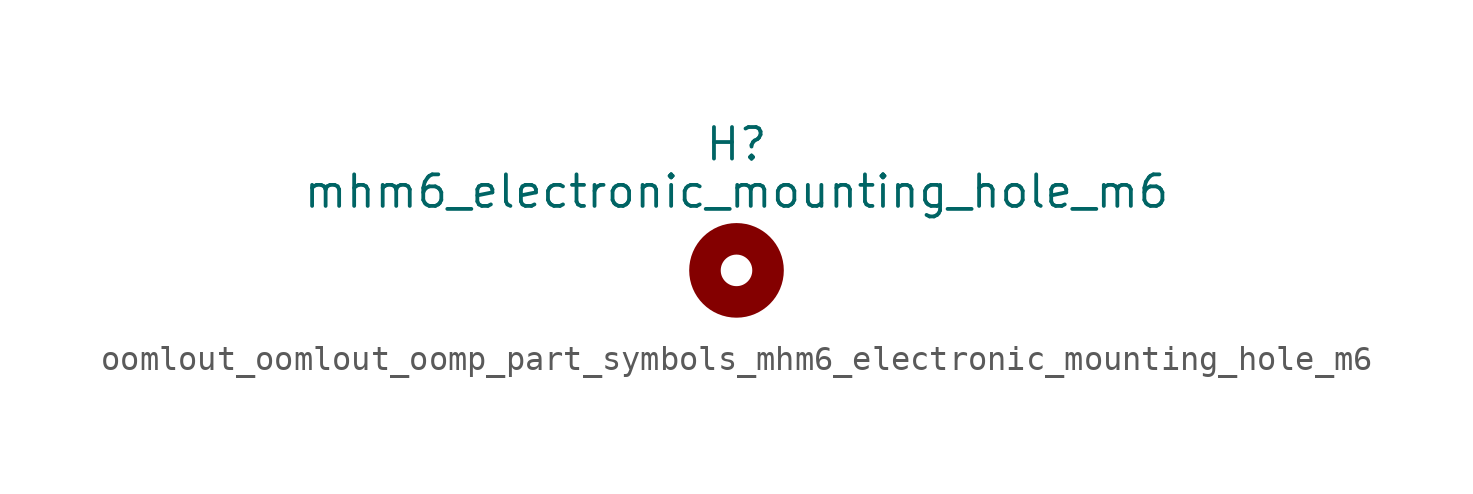
<source format=kicad_sym>
(kicad_symbol_lib
  (version 20220914)
  (generator kicad_symbol_editor)
  (symbol "oomlout_oomlout_oomp_part_symbols_mhm6_electronic_mounting_hole_m6"
    (pin_names
      (offset 1.016))
    (property "Reference" "H"
      (at 0 5.08 0)
      (effects (font (size 1.27 1.27))))
    (property "Value" "mhm6_electronic_mounting_hole_m6"
      (at 0 3.175 0)
      (effects (font (size 1.27 1.27))))
    (symbol "oomlout_oomlout_oomp_part_symbols_mhm6_electronic_mounting_hole_m6_0_1"
      (circle (center 0 0) (radius 1.27) (stroke (width 1.27) (type default)) (fill (type none))))))
</source>
